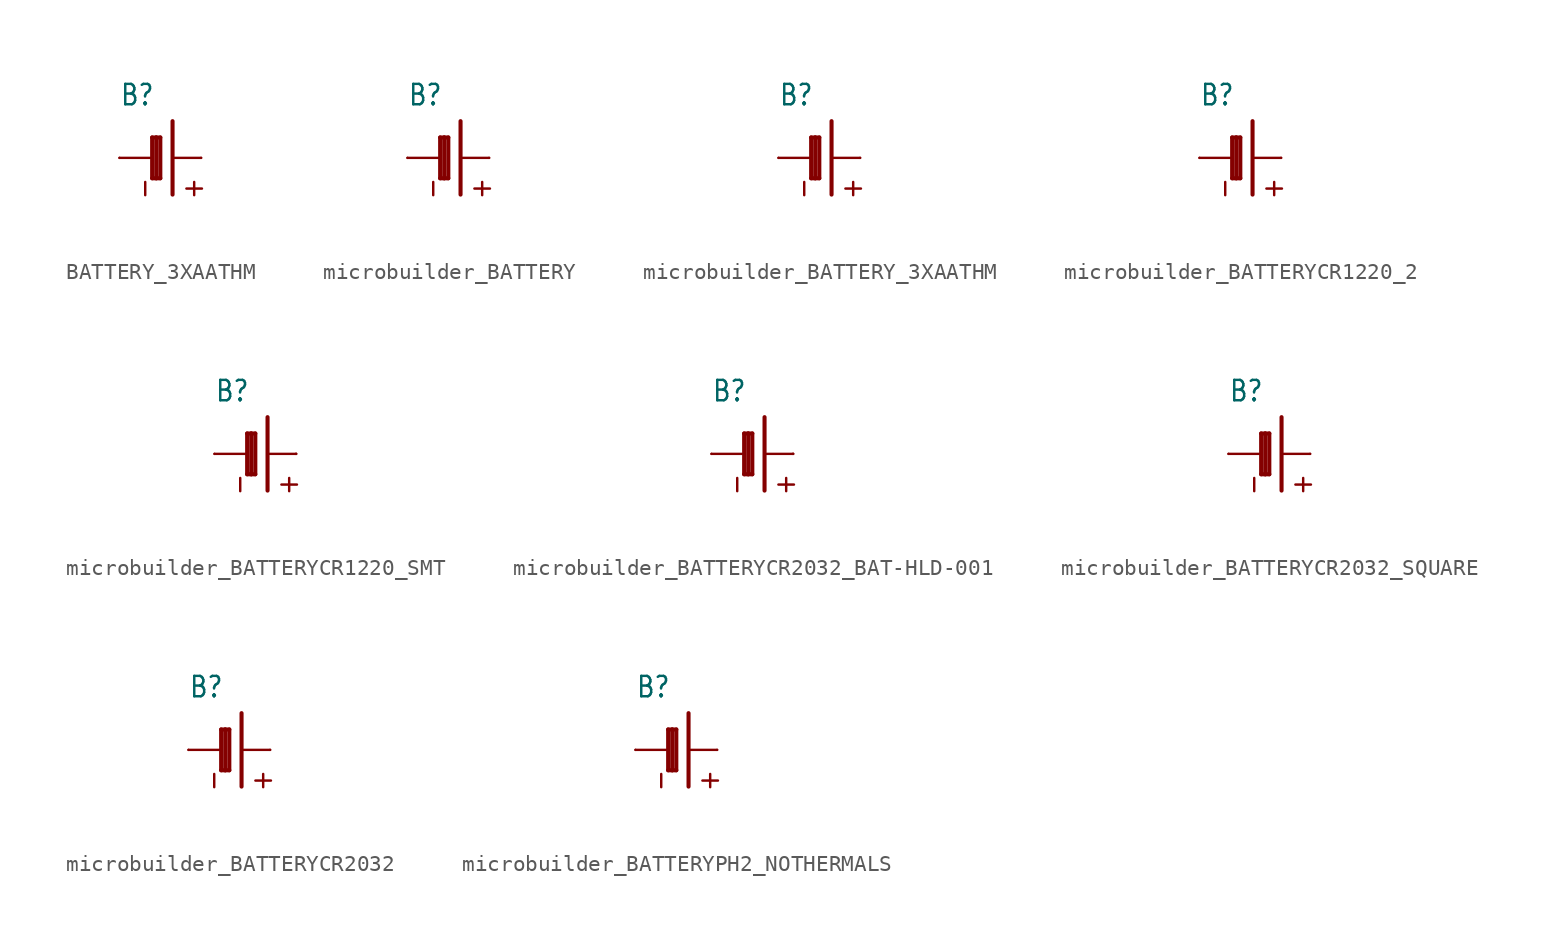
<source format=kicad_sym>
(kicad_symbol_lib
  (version 20241209)
  (generator "kicad_symbol_editor")
  (generator_version "9.0")
  (symbol "BATTERY_3XAATHM"
    (property "Reference" "B"
      (at -2.54 3.175 0)
      (effects (font (size 1.27 1.079)) (justify left bottom)))
    (property "Value" ""
      (at -2.54 -5.08 0)
      (effects (font (size 1.27 1.079)) (justify left bottom)))
    (property "ki_locked" ""
      (at 0 0 0)
      (effects (font (size 1.27 1.27))))
    (symbol "BATTERY_3XAATHM_1_0"
      (polyline (pts (xy -2.54 0) (xy -0.635 0)) (stroke (width 0.152) (type solid)) (fill (type none)))
      (polyline (pts (xy -0.508 1.27) (xy -0.254 1.27)) (stroke (width 0.254) (type solid)) (fill (type none)))
      (polyline (pts (xy -0.508 -1.27) (xy -0.508 1.27)) (stroke (width 0.254) (type solid)) (fill (type none)))
      (polyline (pts (xy -0.254 1.27) (xy -0.254 -1.27)) (stroke (width 0.254) (type solid)) (fill (type none)))
      (polyline (pts (xy -0.254 1.27) (xy 0 1.27)) (stroke (width 0.254) (type solid)) (fill (type none)))
      (polyline (pts (xy -0.254 -1.27) (xy -0.508 -1.27)) (stroke (width 0.254) (type solid)) (fill (type none)))
      (polyline (pts (xy 0 1.27) (xy 0 -1.27)) (stroke (width 0.254) (type solid)) (fill (type none)))
      (polyline (pts (xy 0 -1.27) (xy -0.254 -1.27)) (stroke (width 0.254) (type solid)) (fill (type none)))
      (polyline (pts (xy 0.762 2.286) (xy 0.762 -2.286)) (stroke (width 0.254) (type solid)) (fill (type none)))
      (polyline (pts (xy 0.889 0) (xy 2.54 0)) (stroke (width 0.152) (type solid)) (fill (type none)))
      (text "-" (at -1.778 -1.143 900) (effects (font (size 1.27 1.079)) (justify right top)))
      (text "+" (at 1.27 -1.143 900) (effects (font (size 1.27 1.079)) (justify right top)))
      (pin passive line (at -2.54 0 0) (length 0) (name "-" (effects (font (size 0 0)))) (number "-" (effects (font (size 0 0)))))
      (pin passive line (at 2.54 0 180) (length 0) (name "+" (effects (font (size 0 0)))) (number "+" (effects (font (size 0 0)))))))
  (symbol "microbuilder_BATTERY"
    (property "Reference" "B"
      (at -2.54 3.175 0)
      (effects (font (size 1.27 1.079)) (justify left bottom)))
    (property "Value" ""
      (at -2.54 -5.08 0)
      (effects (font (size 1.27 1.079)) (justify left bottom)))
    (property "ki_locked" ""
      (at 0 0 0)
      (effects (font (size 1.27 1.27))))
    (symbol "microbuilder_BATTERY_1_0"
      (polyline (pts (xy -2.54 0) (xy -0.635 0)) (stroke (width 0.152) (type solid)) (fill (type none)))
      (polyline (pts (xy -0.508 1.27) (xy -0.254 1.27)) (stroke (width 0.254) (type solid)) (fill (type none)))
      (polyline (pts (xy -0.508 -1.27) (xy -0.508 1.27)) (stroke (width 0.254) (type solid)) (fill (type none)))
      (polyline (pts (xy -0.254 1.27) (xy -0.254 -1.27)) (stroke (width 0.254) (type solid)) (fill (type none)))
      (polyline (pts (xy -0.254 1.27) (xy 0 1.27)) (stroke (width 0.254) (type solid)) (fill (type none)))
      (polyline (pts (xy -0.254 -1.27) (xy -0.508 -1.27)) (stroke (width 0.254) (type solid)) (fill (type none)))
      (polyline (pts (xy 0 1.27) (xy 0 -1.27)) (stroke (width 0.254) (type solid)) (fill (type none)))
      (polyline (pts (xy 0 -1.27) (xy -0.254 -1.27)) (stroke (width 0.254) (type solid)) (fill (type none)))
      (polyline (pts (xy 0.762 2.286) (xy 0.762 -2.286)) (stroke (width 0.254) (type solid)) (fill (type none)))
      (polyline (pts (xy 0.889 0) (xy 2.54 0)) (stroke (width 0.152) (type solid)) (fill (type none)))
      (text "-" (at -1.778 -1.143 900) (effects (font (size 1.27 1.079)) (justify right top)))
      (text "+" (at 1.27 -1.143 900) (effects (font (size 1.27 1.079)) (justify right top)))
      (pin passive line (at -2.54 0 0) (length 0) (name "-" (effects (font (size 0 0)))) (number "1" (effects (font (size 0 0)))))
      (pin passive line (at 2.54 0 180) (length 0) (name "+" (effects (font (size 0 0)))) (number "2" (effects (font (size 0 0)))))))
  (symbol "microbuilder_BATTERY_3XAATHM"
    (property "Reference" "B"
      (at -2.54 3.175 0)
      (effects (font (size 1.27 1.079)) (justify left bottom)))
    (property "Value" ""
      (at -2.54 -5.08 0)
      (effects (font (size 1.27 1.079)) (justify left bottom)))
    (property "ki_locked" ""
      (at 0 0 0)
      (effects (font (size 1.27 1.27))))
    (symbol "microbuilder_BATTERY_3XAATHM_1_0"
      (polyline (pts (xy -2.54 0) (xy -0.635 0)) (stroke (width 0.152) (type solid)) (fill (type none)))
      (polyline (pts (xy -0.508 1.27) (xy -0.254 1.27)) (stroke (width 0.254) (type solid)) (fill (type none)))
      (polyline (pts (xy -0.508 -1.27) (xy -0.508 1.27)) (stroke (width 0.254) (type solid)) (fill (type none)))
      (polyline (pts (xy -0.254 1.27) (xy -0.254 -1.27)) (stroke (width 0.254) (type solid)) (fill (type none)))
      (polyline (pts (xy -0.254 1.27) (xy 0 1.27)) (stroke (width 0.254) (type solid)) (fill (type none)))
      (polyline (pts (xy -0.254 -1.27) (xy -0.508 -1.27)) (stroke (width 0.254) (type solid)) (fill (type none)))
      (polyline (pts (xy 0 1.27) (xy 0 -1.27)) (stroke (width 0.254) (type solid)) (fill (type none)))
      (polyline (pts (xy 0 -1.27) (xy -0.254 -1.27)) (stroke (width 0.254) (type solid)) (fill (type none)))
      (polyline (pts (xy 0.762 2.286) (xy 0.762 -2.286)) (stroke (width 0.254) (type solid)) (fill (type none)))
      (polyline (pts (xy 0.889 0) (xy 2.54 0)) (stroke (width 0.152) (type solid)) (fill (type none)))
      (text "-" (at -1.778 -1.143 900) (effects (font (size 1.27 1.079)) (justify right top)))
      (text "+" (at 1.27 -1.143 900) (effects (font (size 1.27 1.079)) (justify right top)))
      (pin passive line (at -2.54 0 0) (length 0) (name "-" (effects (font (size 0 0)))) (number "-" (effects (font (size 0 0)))))
      (pin passive line (at 2.54 0 180) (length 0) (name "+" (effects (font (size 0 0)))) (number "+" (effects (font (size 0 0)))))))
  (symbol "microbuilder_BATTERYCR1220_2"
    (property "Reference" "B"
      (at -2.54 3.175 0)
      (effects (font (size 1.27 1.079)) (justify left bottom)))
    (property "Value" ""
      (at -2.54 -5.08 0)
      (effects (font (size 1.27 1.079)) (justify left bottom)))
    (property "ki_locked" ""
      (at 0 0 0)
      (effects (font (size 1.27 1.27))))
    (symbol "microbuilder_BATTERYCR1220_2_1_0"
      (polyline (pts (xy -2.54 0) (xy -0.635 0)) (stroke (width 0.152) (type solid)) (fill (type none)))
      (polyline (pts (xy -0.508 1.27) (xy -0.254 1.27)) (stroke (width 0.254) (type solid)) (fill (type none)))
      (polyline (pts (xy -0.508 -1.27) (xy -0.508 1.27)) (stroke (width 0.254) (type solid)) (fill (type none)))
      (polyline (pts (xy -0.254 1.27) (xy -0.254 -1.27)) (stroke (width 0.254) (type solid)) (fill (type none)))
      (polyline (pts (xy -0.254 1.27) (xy 0 1.27)) (stroke (width 0.254) (type solid)) (fill (type none)))
      (polyline (pts (xy -0.254 -1.27) (xy -0.508 -1.27)) (stroke (width 0.254) (type solid)) (fill (type none)))
      (polyline (pts (xy 0 1.27) (xy 0 -1.27)) (stroke (width 0.254) (type solid)) (fill (type none)))
      (polyline (pts (xy 0 -1.27) (xy -0.254 -1.27)) (stroke (width 0.254) (type solid)) (fill (type none)))
      (polyline (pts (xy 0.762 2.286) (xy 0.762 -2.286)) (stroke (width 0.254) (type solid)) (fill (type none)))
      (polyline (pts (xy 0.889 0) (xy 2.54 0)) (stroke (width 0.152) (type solid)) (fill (type none)))
      (text "-" (at -1.778 -1.143 900) (effects (font (size 1.27 1.079)) (justify right top)))
      (text "+" (at 1.27 -1.143 900) (effects (font (size 1.27 1.079)) (justify right top)))
      (pin passive line (at -2.54 0 0) (length 0) (name "-" (effects (font (size 0 0)))) (number "-" (effects (font (size 0 0)))))
      (pin passive line (at 2.54 0 180) (length 0) (name "+" (effects (font (size 0 0)))) (number "+" (effects (font (size 0 0)))))))
  (symbol "microbuilder_BATTERYCR1220_SMT"
    (property "Reference" "B"
      (at -2.54 3.175 0)
      (effects (font (size 1.27 1.079)) (justify left bottom)))
    (property "Value" ""
      (at -2.54 -5.08 0)
      (effects (font (size 1.27 1.079)) (justify left bottom)))
    (property "ki_locked" ""
      (at 0 0 0)
      (effects (font (size 1.27 1.27))))
    (symbol "microbuilder_BATTERYCR1220_SMT_1_0"
      (polyline (pts (xy -2.54 0) (xy -0.635 0)) (stroke (width 0.152) (type solid)) (fill (type none)))
      (polyline (pts (xy -0.508 1.27) (xy -0.254 1.27)) (stroke (width 0.254) (type solid)) (fill (type none)))
      (polyline (pts (xy -0.508 -1.27) (xy -0.508 1.27)) (stroke (width 0.254) (type solid)) (fill (type none)))
      (polyline (pts (xy -0.254 1.27) (xy -0.254 -1.27)) (stroke (width 0.254) (type solid)) (fill (type none)))
      (polyline (pts (xy -0.254 1.27) (xy 0 1.27)) (stroke (width 0.254) (type solid)) (fill (type none)))
      (polyline (pts (xy -0.254 -1.27) (xy -0.508 -1.27)) (stroke (width 0.254) (type solid)) (fill (type none)))
      (polyline (pts (xy 0 1.27) (xy 0 -1.27)) (stroke (width 0.254) (type solid)) (fill (type none)))
      (polyline (pts (xy 0 -1.27) (xy -0.254 -1.27)) (stroke (width 0.254) (type solid)) (fill (type none)))
      (polyline (pts (xy 0.762 2.286) (xy 0.762 -2.286)) (stroke (width 0.254) (type solid)) (fill (type none)))
      (polyline (pts (xy 0.889 0) (xy 2.54 0)) (stroke (width 0.152) (type solid)) (fill (type none)))
      (text "-" (at -1.778 -1.143 900) (effects (font (size 1.27 1.079)) (justify right top)))
      (text "+" (at 1.27 -1.143 900) (effects (font (size 1.27 1.079)) (justify right top)))
      (pin passive line (at -2.54 0 0) (length 0) (name "-" (effects (font (size 0 0)))) (number "-" (effects (font (size 0 0)))))
      (pin passive line (at 2.54 0 180) (length 0) (name "+" (effects (font (size 0 0)))) (number "+$1" (effects (font (size 0 0)))))
      (pin passive line (at 2.54 0 180) (length 0) (name "+" (effects (font (size 0 0)))) (number "+$2" (effects (font (size 0 0)))))))
  (symbol "microbuilder_BATTERYCR2032_BAT-HLD-001"
    (property "Reference" "B"
      (at -2.54 3.175 0)
      (effects (font (size 1.27 1.079)) (justify left bottom)))
    (property "Value" ""
      (at -2.54 -5.08 0)
      (effects (font (size 1.27 1.079)) (justify left bottom)))
    (property "ki_locked" ""
      (at 0 0 0)
      (effects (font (size 1.27 1.27))))
    (symbol "microbuilder_BATTERYCR2032_BAT-HLD-001_1_0"
      (polyline (pts (xy -2.54 0) (xy -0.635 0)) (stroke (width 0.152) (type solid)) (fill (type none)))
      (polyline (pts (xy -0.508 1.27) (xy -0.254 1.27)) (stroke (width 0.254) (type solid)) (fill (type none)))
      (polyline (pts (xy -0.508 -1.27) (xy -0.508 1.27)) (stroke (width 0.254) (type solid)) (fill (type none)))
      (polyline (pts (xy -0.254 1.27) (xy -0.254 -1.27)) (stroke (width 0.254) (type solid)) (fill (type none)))
      (polyline (pts (xy -0.254 1.27) (xy 0 1.27)) (stroke (width 0.254) (type solid)) (fill (type none)))
      (polyline (pts (xy -0.254 -1.27) (xy -0.508 -1.27)) (stroke (width 0.254) (type solid)) (fill (type none)))
      (polyline (pts (xy 0 1.27) (xy 0 -1.27)) (stroke (width 0.254) (type solid)) (fill (type none)))
      (polyline (pts (xy 0 -1.27) (xy -0.254 -1.27)) (stroke (width 0.254) (type solid)) (fill (type none)))
      (polyline (pts (xy 0.762 2.286) (xy 0.762 -2.286)) (stroke (width 0.254) (type solid)) (fill (type none)))
      (polyline (pts (xy 0.889 0) (xy 2.54 0)) (stroke (width 0.152) (type solid)) (fill (type none)))
      (text "-" (at -1.778 -1.143 900) (effects (font (size 1.27 1.079)) (justify right top)))
      (text "+" (at 1.27 -1.143 900) (effects (font (size 1.27 1.079)) (justify right top)))
      (pin passive line (at -2.54 0 0) (length 0) (name "-" (effects (font (size 0 0)))) (number "-" (effects (font (size 0 0)))))
      (pin passive line (at 2.54 0 180) (length 0) (name "+" (effects (font (size 0 0)))) (number "+$1" (effects (font (size 0 0)))))
      (pin passive line (at 2.54 0 180) (length 0) (name "+" (effects (font (size 0 0)))) (number "+$2" (effects (font (size 0 0)))))))
  (symbol "microbuilder_BATTERYCR2032_SQUARE"
    (property "Reference" "B"
      (at -2.54 3.175 0)
      (effects (font (size 1.27 1.079)) (justify left bottom)))
    (property "Value" ""
      (at -2.54 -5.08 0)
      (effects (font (size 1.27 1.079)) (justify left bottom)))
    (property "ki_locked" ""
      (at 0 0 0)
      (effects (font (size 1.27 1.27))))
    (symbol "microbuilder_BATTERYCR2032_SQUARE_1_0"
      (polyline (pts (xy -2.54 0) (xy -0.635 0)) (stroke (width 0.152) (type solid)) (fill (type none)))
      (polyline (pts (xy -0.508 1.27) (xy -0.254 1.27)) (stroke (width 0.254) (type solid)) (fill (type none)))
      (polyline (pts (xy -0.508 -1.27) (xy -0.508 1.27)) (stroke (width 0.254) (type solid)) (fill (type none)))
      (polyline (pts (xy -0.254 1.27) (xy -0.254 -1.27)) (stroke (width 0.254) (type solid)) (fill (type none)))
      (polyline (pts (xy -0.254 1.27) (xy 0 1.27)) (stroke (width 0.254) (type solid)) (fill (type none)))
      (polyline (pts (xy -0.254 -1.27) (xy -0.508 -1.27)) (stroke (width 0.254) (type solid)) (fill (type none)))
      (polyline (pts (xy 0 1.27) (xy 0 -1.27)) (stroke (width 0.254) (type solid)) (fill (type none)))
      (polyline (pts (xy 0 -1.27) (xy -0.254 -1.27)) (stroke (width 0.254) (type solid)) (fill (type none)))
      (polyline (pts (xy 0.762 2.286) (xy 0.762 -2.286)) (stroke (width 0.254) (type solid)) (fill (type none)))
      (polyline (pts (xy 0.889 0) (xy 2.54 0)) (stroke (width 0.152) (type solid)) (fill (type none)))
      (text "-" (at -1.778 -1.143 900) (effects (font (size 1.27 1.079)) (justify right top)))
      (text "+" (at 1.27 -1.143 900) (effects (font (size 1.27 1.079)) (justify right top)))
      (pin passive line (at -2.54 0 0) (length 0) (name "-" (effects (font (size 0 0)))) (number "NEG" (effects (font (size 0 0)))))
      (pin passive line (at 2.54 0 180) (length 0) (name "+" (effects (font (size 0 0)))) (number "POS" (effects (font (size 0 0)))))))
  (symbol "microbuilder_BATTERYCR2032"
    (property "Reference" "B"
      (at -2.54 3.175 0)
      (effects (font (size 1.27 1.079)) (justify left bottom)))
    (property "Value" ""
      (at -2.54 -5.08 0)
      (effects (font (size 1.27 1.079)) (justify left bottom)))
    (property "ki_locked" ""
      (at 0 0 0)
      (effects (font (size 1.27 1.27))))
    (symbol "microbuilder_BATTERYCR2032_1_0"
      (polyline (pts (xy -2.54 0) (xy -0.635 0)) (stroke (width 0.152) (type solid)) (fill (type none)))
      (polyline (pts (xy -0.508 1.27) (xy -0.254 1.27)) (stroke (width 0.254) (type solid)) (fill (type none)))
      (polyline (pts (xy -0.508 -1.27) (xy -0.508 1.27)) (stroke (width 0.254) (type solid)) (fill (type none)))
      (polyline (pts (xy -0.254 1.27) (xy -0.254 -1.27)) (stroke (width 0.254) (type solid)) (fill (type none)))
      (polyline (pts (xy -0.254 1.27) (xy 0 1.27)) (stroke (width 0.254) (type solid)) (fill (type none)))
      (polyline (pts (xy -0.254 -1.27) (xy -0.508 -1.27)) (stroke (width 0.254) (type solid)) (fill (type none)))
      (polyline (pts (xy 0 1.27) (xy 0 -1.27)) (stroke (width 0.254) (type solid)) (fill (type none)))
      (polyline (pts (xy 0 -1.27) (xy -0.254 -1.27)) (stroke (width 0.254) (type solid)) (fill (type none)))
      (polyline (pts (xy 0.762 2.286) (xy 0.762 -2.286)) (stroke (width 0.254) (type solid)) (fill (type none)))
      (polyline (pts (xy 0.889 0) (xy 2.54 0)) (stroke (width 0.152) (type solid)) (fill (type none)))
      (text "-" (at -1.778 -1.143 900) (effects (font (size 1.27 1.079)) (justify right top)))
      (text "+" (at 1.27 -1.143 900) (effects (font (size 1.27 1.079)) (justify right top)))
      (pin passive line (at -2.54 0 0) (length 0) (name "-" (effects (font (size 0 0)))) (number "-" (effects (font (size 0 0)))))
      (pin passive line (at 2.54 0 180) (length 0) (name "+" (effects (font (size 0 0)))) (number "+" (effects (font (size 0 0)))))))
  (symbol "microbuilder_BATTERYPH2_NOTHERMALS"
    (property "Reference" "B"
      (at -2.54 3.175 0)
      (effects (font (size 1.27 1.079)) (justify left bottom)))
    (property "Value" ""
      (at -2.54 -5.08 0)
      (effects (font (size 1.27 1.079)) (justify left bottom)))
    (property "ki_locked" ""
      (at 0 0 0)
      (effects (font (size 1.27 1.27))))
    (symbol "microbuilder_BATTERYPH2_NOTHERMALS_1_0"
      (polyline (pts (xy -2.54 0) (xy -0.635 0)) (stroke (width 0.152) (type solid)) (fill (type none)))
      (polyline (pts (xy -0.508 1.27) (xy -0.254 1.27)) (stroke (width 0.254) (type solid)) (fill (type none)))
      (polyline (pts (xy -0.508 -1.27) (xy -0.508 1.27)) (stroke (width 0.254) (type solid)) (fill (type none)))
      (polyline (pts (xy -0.254 1.27) (xy -0.254 -1.27)) (stroke (width 0.254) (type solid)) (fill (type none)))
      (polyline (pts (xy -0.254 1.27) (xy 0 1.27)) (stroke (width 0.254) (type solid)) (fill (type none)))
      (polyline (pts (xy -0.254 -1.27) (xy -0.508 -1.27)) (stroke (width 0.254) (type solid)) (fill (type none)))
      (polyline (pts (xy 0 1.27) (xy 0 -1.27)) (stroke (width 0.254) (type solid)) (fill (type none)))
      (polyline (pts (xy 0 -1.27) (xy -0.254 -1.27)) (stroke (width 0.254) (type solid)) (fill (type none)))
      (polyline (pts (xy 0.762 2.286) (xy 0.762 -2.286)) (stroke (width 0.254) (type solid)) (fill (type none)))
      (polyline (pts (xy 0.889 0) (xy 2.54 0)) (stroke (width 0.152) (type solid)) (fill (type none)))
      (text "-" (at -1.778 -1.143 900) (effects (font (size 1.27 1.079)) (justify right top)))
      (text "+" (at 1.27 -1.143 900) (effects (font (size 1.27 1.079)) (justify right top)))
      (pin passive line (at -2.54 0 0) (length 0) (name "-" (effects (font (size 0 0)))) (number "1" (effects (font (size 0 0)))))
      (pin passive line (at 2.54 0 180) (length 0) (name "+" (effects (font (size 0 0)))) (number "2" (effects (font (size 0 0))))))))
</source>
